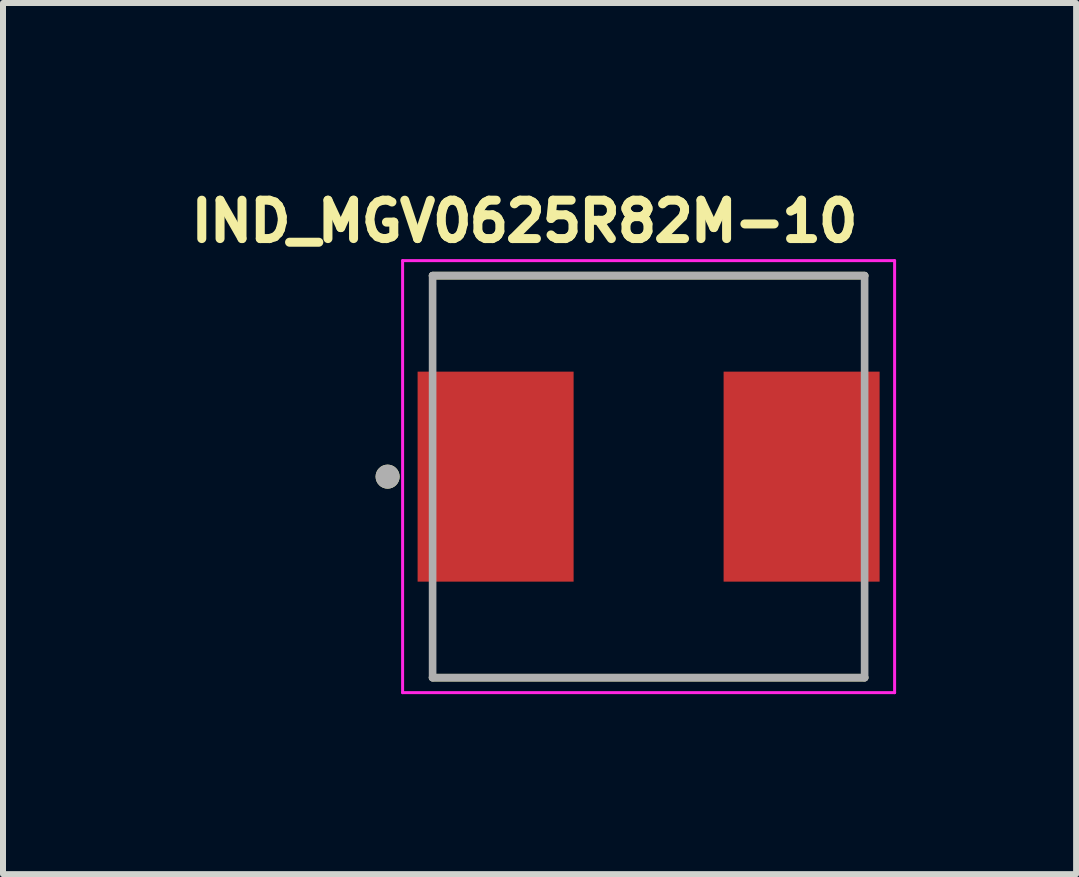
<source format=kicad_pcb>
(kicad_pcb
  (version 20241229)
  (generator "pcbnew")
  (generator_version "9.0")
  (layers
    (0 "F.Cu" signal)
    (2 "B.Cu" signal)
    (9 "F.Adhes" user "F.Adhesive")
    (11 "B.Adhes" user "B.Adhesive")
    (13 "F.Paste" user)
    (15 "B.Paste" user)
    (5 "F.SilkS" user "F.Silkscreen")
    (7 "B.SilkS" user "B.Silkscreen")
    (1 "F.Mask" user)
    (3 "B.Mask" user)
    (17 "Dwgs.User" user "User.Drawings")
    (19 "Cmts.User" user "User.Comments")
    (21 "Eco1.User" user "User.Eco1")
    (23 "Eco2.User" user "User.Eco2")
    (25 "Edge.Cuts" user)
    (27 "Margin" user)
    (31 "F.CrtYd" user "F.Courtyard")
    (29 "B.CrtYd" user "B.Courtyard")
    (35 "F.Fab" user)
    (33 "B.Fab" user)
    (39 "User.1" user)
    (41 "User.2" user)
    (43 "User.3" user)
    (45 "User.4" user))
  (footprint "IND_MGV0625R82M-10"
    (layer "F.Cu")
    (at 7.76 4.894)
    (property "Reference" "IND_MGV0625R82M-10" (at -2.068 -4.256 0) (layer "F.SilkS") (effects (font (size 0.64 0.64) (thickness 0.15))))
    (attr smd)
    (fp_line (start -3.6 -3.35) (end 3.6 -3.35) (stroke (width 0.127) (type solid)) (layer "F.SilkS"))
    (fp_line (start -3.6 3.35) (end 3.6 3.35) (stroke (width 0.127) (type solid)) (layer "F.SilkS"))
    (fp_circle (center -4.35 0) (end -4.25 0) (stroke (width 0.2) (type solid)) (fill no) (layer "F.SilkS"))
    (fp_line (start -4.1 -3.6) (end -4.1 3.6) (stroke (width 0.05) (type solid)) (layer "F.CrtYd"))
    (fp_line (start -4.1 3.6) (end 4.1 3.6) (stroke (width 0.05) (type solid)) (layer "F.CrtYd"))
    (fp_line (start 4.1 -3.6) (end -4.1 -3.6) (stroke (width 0.05) (type solid)) (layer "F.CrtYd"))
    (fp_line (start 4.1 3.6) (end 4.1 -3.6) (stroke (width 0.05) (type solid)) (layer "F.CrtYd"))
    (fp_line (start -3.6 -3.35) (end -3.6 3.35) (stroke (width 0.127) (type solid)) (layer "F.Fab"))
    (fp_line (start -3.6 -3.35) (end 3.6 -3.35) (stroke (width 0.127) (type solid)) (layer "F.Fab"))
    (fp_line (start -3.6 3.35) (end 3.6 3.35) (stroke (width 0.127) (type solid)) (layer "F.Fab"))
    (fp_line (start 3.6 -3.35) (end 3.6 3.35) (stroke (width 0.127) (type solid)) (layer "F.Fab"))
    (fp_circle (center -4.35 0) (end -4.25 0) (stroke (width 0.2) (type solid)) (fill no) (layer "F.Fab"))
    (pad "1" smd rect (at -2.55 0) (size 2.6 3.5) (layers "F.Cu" "F.Mask" "F.Paste"))
    (pad "2" smd rect (at 2.55 0) (size 2.6 3.5) (layers "F.Cu" "F.Mask" "F.Paste")))
  (gr_rect
    (start -3 -3)
    (end 14.885 11.519)
    (stroke (width 0.1) (type default))
    (fill no)
    (layer "Edge.Cuts")))
</source>
